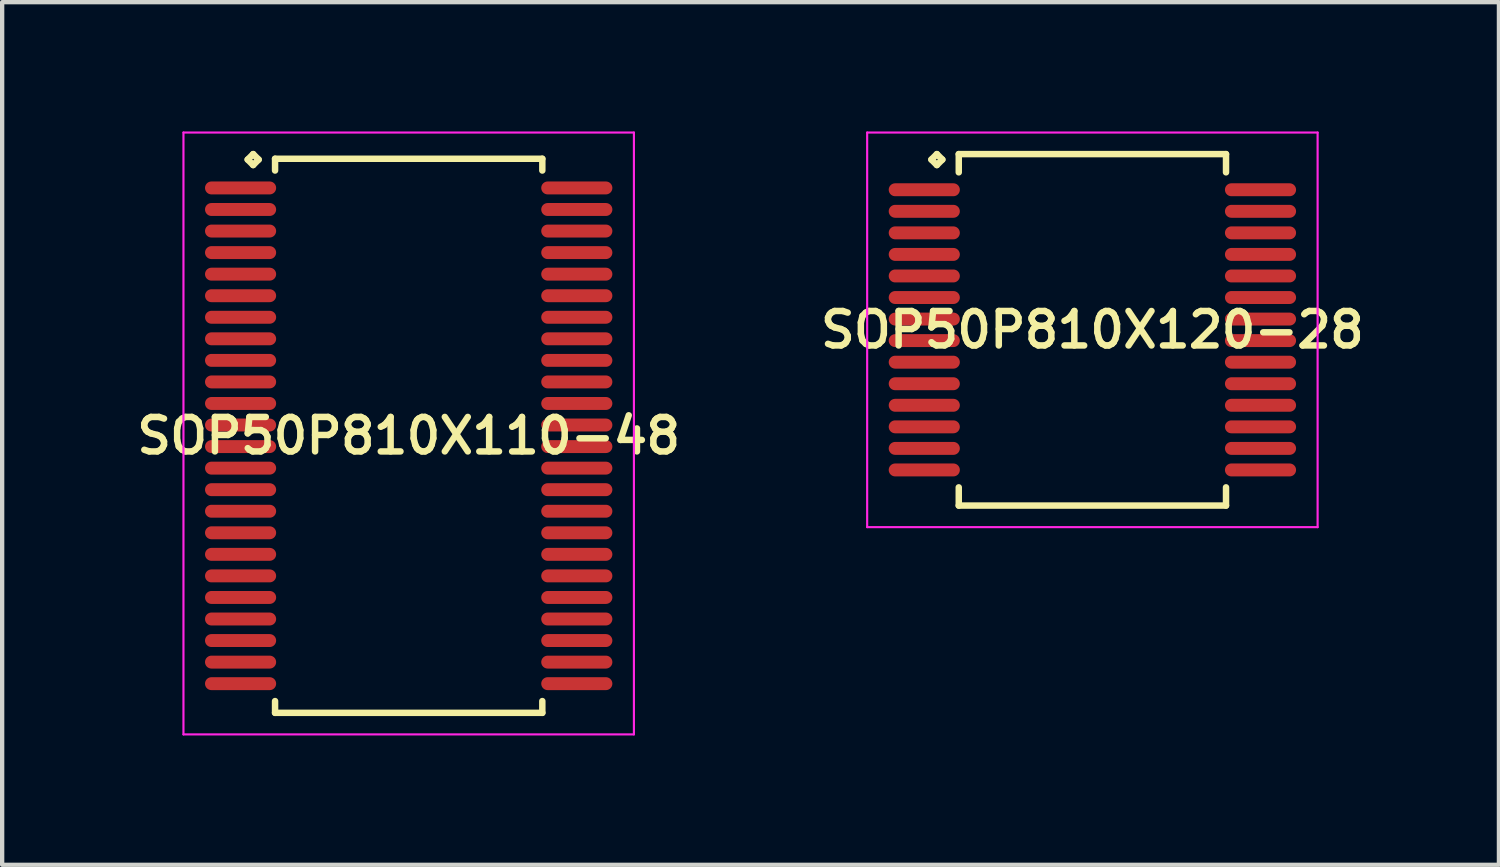
<source format=kicad_pcb>
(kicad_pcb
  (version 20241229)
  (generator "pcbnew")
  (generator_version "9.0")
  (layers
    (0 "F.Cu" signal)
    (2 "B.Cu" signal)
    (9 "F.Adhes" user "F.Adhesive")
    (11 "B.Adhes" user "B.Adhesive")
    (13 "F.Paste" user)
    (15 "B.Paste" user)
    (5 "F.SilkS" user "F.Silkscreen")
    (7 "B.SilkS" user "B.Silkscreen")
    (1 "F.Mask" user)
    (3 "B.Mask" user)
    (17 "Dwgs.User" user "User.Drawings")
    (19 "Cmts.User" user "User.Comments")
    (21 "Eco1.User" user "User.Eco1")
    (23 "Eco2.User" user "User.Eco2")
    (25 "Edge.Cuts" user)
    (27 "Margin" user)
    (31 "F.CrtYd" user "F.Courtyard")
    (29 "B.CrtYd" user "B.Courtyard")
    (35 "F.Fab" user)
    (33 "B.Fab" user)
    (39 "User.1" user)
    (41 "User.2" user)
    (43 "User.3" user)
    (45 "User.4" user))
  (footprint "SOP50P810X110-48"
    (layer "F.Cu")
    (at 6.431 7.06)
    (property "Reference" "SOP50P810X110-48" (at 0 0 0) (layer "F.SilkS") (effects (font (size 0.8 0.8) (thickness 0.15))))
    (attr smd)
    (fp_line (start -3.735 -6.408) (end -3.608 -6.535) (stroke (width 0.15) (type solid)) (layer "F.SilkS"))
    (fp_line (start -3.608 -6.535) (end -3.481 -6.408) (stroke (width 0.15) (type solid)) (layer "F.SilkS"))
    (fp_line (start -3.608 -6.281) (end -3.735 -6.408) (stroke (width 0.15) (type solid)) (layer "F.SilkS"))
    (fp_line (start -3.481 -6.408) (end -3.608 -6.281) (stroke (width 0.15) (type solid)) (layer "F.SilkS"))
    (fp_line (start -3.1 -6.427) (end 3.1 -6.427) (stroke (width 0.15) (type solid)) (layer "F.SilkS"))
    (fp_line (start -3.1 -6.154) (end -3.1 -6.427) (stroke (width 0.15) (type solid)) (layer "F.SilkS"))
    (fp_line (start -3.1 6.154) (end -3.1 6.427) (stroke (width 0.15) (type solid)) (layer "F.SilkS"))
    (fp_line (start -3.1 6.427) (end 3.1 6.427) (stroke (width 0.15) (type solid)) (layer "F.SilkS"))
    (fp_line (start 3.1 -6.427) (end 3.1 -6.154) (stroke (width 0.15) (type solid)) (layer "F.SilkS"))
    (fp_line (start 3.1 6.427) (end 3.1 6.154) (stroke (width 0.15) (type solid)) (layer "F.SilkS"))
    (fp_line (start -5.225 -7.035) (end 5.225 -7.035) (stroke (width 0.05) (type solid)) (layer "F.CrtYd"))
    (fp_line (start -5.225 6.927) (end -5.225 -7.035) (stroke (width 0.05) (type solid)) (layer "F.CrtYd"))
    (fp_line (start 5.225 -7.035) (end 5.225 6.927) (stroke (width 0.05) (type solid)) (layer "F.CrtYd"))
    (fp_line (start 5.225 6.927) (end -5.225 6.927) (stroke (width 0.05) (type solid)) (layer "F.CrtYd"))
    (pad "1" smd oval (at -3.9 -5.75) (size 1.65 0.3) (layers "F.Cu" "F.Mask" "F.Paste"))
    (pad "2" smd oval (at -3.9 -5.25) (size 1.65 0.3) (layers "F.Cu" "F.Mask" "F.Paste"))
    (pad "3" smd oval (at -3.9 -4.75) (size 1.65 0.3) (layers "F.Cu" "F.Mask" "F.Paste"))
    (pad "4" smd oval (at -3.9 -4.25) (size 1.65 0.3) (layers "F.Cu" "F.Mask" "F.Paste"))
    (pad "5" smd oval (at -3.9 -3.75) (size 1.65 0.3) (layers "F.Cu" "F.Mask" "F.Paste"))
    (pad "6" smd oval (at -3.9 -3.25) (size 1.65 0.3) (layers "F.Cu" "F.Mask" "F.Paste"))
    (pad "7" smd oval (at -3.9 -2.75) (size 1.65 0.3) (layers "F.Cu" "F.Mask" "F.Paste"))
    (pad "8" smd oval (at -3.9 -2.25) (size 1.65 0.3) (layers "F.Cu" "F.Mask" "F.Paste"))
    (pad "9" smd oval (at -3.9 -1.75) (size 1.65 0.3) (layers "F.Cu" "F.Mask" "F.Paste"))
    (pad "10" smd oval (at -3.9 -1.25) (size 1.65 0.3) (layers "F.Cu" "F.Mask" "F.Paste"))
    (pad "11" smd oval (at -3.9 -0.75) (size 1.65 0.3) (layers "F.Cu" "F.Mask" "F.Paste"))
    (pad "12" smd oval (at -3.9 -0.25) (size 1.65 0.3) (layers "F.Cu" "F.Mask" "F.Paste"))
    (pad "13" smd oval (at -3.9 0.25) (size 1.65 0.3) (layers "F.Cu" "F.Mask" "F.Paste"))
    (pad "14" smd oval (at -3.9 0.75) (size 1.65 0.3) (layers "F.Cu" "F.Mask" "F.Paste"))
    (pad "15" smd oval (at -3.9 1.25) (size 1.65 0.3) (layers "F.Cu" "F.Mask" "F.Paste"))
    (pad "16" smd oval (at -3.9 1.75) (size 1.65 0.3) (layers "F.Cu" "F.Mask" "F.Paste"))
    (pad "17" smd oval (at -3.9 2.25) (size 1.65 0.3) (layers "F.Cu" "F.Mask" "F.Paste"))
    (pad "18" smd oval (at -3.9 2.75) (size 1.65 0.3) (layers "F.Cu" "F.Mask" "F.Paste"))
    (pad "19" smd oval (at -3.9 3.25) (size 1.65 0.3) (layers "F.Cu" "F.Mask" "F.Paste"))
    (pad "20" smd oval (at -3.9 3.75) (size 1.65 0.3) (layers "F.Cu" "F.Mask" "F.Paste"))
    (pad "21" smd oval (at -3.9 4.25) (size 1.65 0.3) (layers "F.Cu" "F.Mask" "F.Paste"))
    (pad "22" smd oval (at -3.9 4.75) (size 1.65 0.3) (layers "F.Cu" "F.Mask" "F.Paste"))
    (pad "23" smd oval (at -3.9 5.25) (size 1.65 0.3) (layers "F.Cu" "F.Mask" "F.Paste"))
    (pad "24" smd oval (at -3.9 5.75) (size 1.65 0.3) (layers "F.Cu" "F.Mask" "F.Paste"))
    (pad "25" smd oval (at 3.9 5.75) (size 1.65 0.3) (layers "F.Cu" "F.Mask" "F.Paste"))
    (pad "26" smd oval (at 3.9 5.25) (size 1.65 0.3) (layers "F.Cu" "F.Mask" "F.Paste"))
    (pad "27" smd oval (at 3.9 4.75) (size 1.65 0.3) (layers "F.Cu" "F.Mask" "F.Paste"))
    (pad "28" smd oval (at 3.9 4.25) (size 1.65 0.3) (layers "F.Cu" "F.Mask" "F.Paste"))
    (pad "29" smd oval (at 3.9 3.75) (size 1.65 0.3) (layers "F.Cu" "F.Mask" "F.Paste"))
    (pad "30" smd oval (at 3.9 3.25) (size 1.65 0.3) (layers "F.Cu" "F.Mask" "F.Paste"))
    (pad "31" smd oval (at 3.9 2.75) (size 1.65 0.3) (layers "F.Cu" "F.Mask" "F.Paste"))
    (pad "32" smd oval (at 3.9 2.25) (size 1.65 0.3) (layers "F.Cu" "F.Mask" "F.Paste"))
    (pad "33" smd oval (at 3.9 1.75) (size 1.65 0.3) (layers "F.Cu" "F.Mask" "F.Paste"))
    (pad "34" smd oval (at 3.9 1.25) (size 1.65 0.3) (layers "F.Cu" "F.Mask" "F.Paste"))
    (pad "35" smd oval (at 3.9 0.75) (size 1.65 0.3) (layers "F.Cu" "F.Mask" "F.Paste"))
    (pad "36" smd oval (at 3.9 0.25) (size 1.65 0.3) (layers "F.Cu" "F.Mask" "F.Paste"))
    (pad "37" smd oval (at 3.9 -0.25) (size 1.65 0.3) (layers "F.Cu" "F.Mask" "F.Paste"))
    (pad "38" smd oval (at 3.9 -0.75) (size 1.65 0.3) (layers "F.Cu" "F.Mask" "F.Paste"))
    (pad "39" smd oval (at 3.9 -1.25) (size 1.65 0.3) (layers "F.Cu" "F.Mask" "F.Paste"))
    (pad "40" smd oval (at 3.9 -1.75) (size 1.65 0.3) (layers "F.Cu" "F.Mask" "F.Paste"))
    (pad "41" smd oval (at 3.9 -2.25) (size 1.65 0.3) (layers "F.Cu" "F.Mask" "F.Paste"))
    (pad "42" smd oval (at 3.9 -2.75) (size 1.65 0.3) (layers "F.Cu" "F.Mask" "F.Paste"))
    (pad "43" smd oval (at 3.9 -3.25) (size 1.65 0.3) (layers "F.Cu" "F.Mask" "F.Paste"))
    (pad "44" smd oval (at 3.9 -3.75) (size 1.65 0.3) (layers "F.Cu" "F.Mask" "F.Paste"))
    (pad "45" smd oval (at 3.9 -4.25) (size 1.65 0.3) (layers "F.Cu" "F.Mask" "F.Paste"))
    (pad "46" smd oval (at 3.9 -4.75) (size 1.65 0.3) (layers "F.Cu" "F.Mask" "F.Paste"))
    (pad "47" smd oval (at 3.9 -5.25) (size 1.65 0.3) (layers "F.Cu" "F.Mask" "F.Paste"))
    (pad "48" smd oval (at 3.9 -5.75) (size 1.65 0.3) (layers "F.Cu" "F.Mask" "F.Paste")))
  (footprint "SOP50P810X120-28"
    (layer "F.Cu")
    (at 22.292 4.602)
    (property "Reference" "SOP50P810X120-28" (at 0 0 0) (layer "F.SilkS") (effects (font (size 0.8 0.8) (thickness 0.15))))
    (attr smd)
    (fp_line (start -3.735 -3.95) (end -3.608 -4.077) (stroke (width 0.15) (type solid)) (layer "F.SilkS"))
    (fp_line (start -3.608 -4.077) (end -3.481 -3.95) (stroke (width 0.15) (type solid)) (layer "F.SilkS"))
    (fp_line (start -3.608 -3.823) (end -3.735 -3.95) (stroke (width 0.15) (type solid)) (layer "F.SilkS"))
    (fp_line (start -3.481 -3.95) (end -3.608 -3.823) (stroke (width 0.15) (type solid)) (layer "F.SilkS"))
    (fp_line (start -3.1 -4.077) (end 3.1 -4.077) (stroke (width 0.15) (type solid)) (layer "F.SilkS"))
    (fp_line (start -3.1 -3.654) (end -3.1 -4.077) (stroke (width 0.15) (type solid)) (layer "F.SilkS"))
    (fp_line (start -3.1 3.654) (end -3.1 4.077) (stroke (width 0.15) (type solid)) (layer "F.SilkS"))
    (fp_line (start -3.1 4.077) (end 3.1 4.077) (stroke (width 0.15) (type solid)) (layer "F.SilkS"))
    (fp_line (start 3.1 -4.077) (end 3.1 -3.654) (stroke (width 0.15) (type solid)) (layer "F.SilkS"))
    (fp_line (start 3.1 4.077) (end 3.1 3.654) (stroke (width 0.15) (type solid)) (layer "F.SilkS"))
    (fp_line (start -5.225 -4.577) (end 5.225 -4.577) (stroke (width 0.05) (type solid)) (layer "F.CrtYd"))
    (fp_line (start -5.225 4.577) (end -5.225 -4.577) (stroke (width 0.05) (type solid)) (layer "F.CrtYd"))
    (fp_line (start 5.225 -4.577) (end 5.225 4.577) (stroke (width 0.05) (type solid)) (layer "F.CrtYd"))
    (fp_line (start 5.225 4.577) (end -5.225 4.577) (stroke (width 0.05) (type solid)) (layer "F.CrtYd"))
    (pad "1" smd oval (at -3.9 -3.25) (size 1.65 0.3) (layers "F.Cu" "F.Mask" "F.Paste"))
    (pad "2" smd oval (at -3.9 -2.75) (size 1.65 0.3) (layers "F.Cu" "F.Mask" "F.Paste"))
    (pad "3" smd oval (at -3.9 -2.25) (size 1.65 0.3) (layers "F.Cu" "F.Mask" "F.Paste"))
    (pad "4" smd oval (at -3.9 -1.75) (size 1.65 0.3) (layers "F.Cu" "F.Mask" "F.Paste"))
    (pad "5" smd oval (at -3.9 -1.25) (size 1.65 0.3) (layers "F.Cu" "F.Mask" "F.Paste"))
    (pad "6" smd oval (at -3.9 -0.75) (size 1.65 0.3) (layers "F.Cu" "F.Mask" "F.Paste"))
    (pad "7" smd oval (at -3.9 -0.25) (size 1.65 0.3) (layers "F.Cu" "F.Mask" "F.Paste"))
    (pad "8" smd oval (at -3.9 0.25) (size 1.65 0.3) (layers "F.Cu" "F.Mask" "F.Paste"))
    (pad "9" smd oval (at -3.9 0.75) (size 1.65 0.3) (layers "F.Cu" "F.Mask" "F.Paste"))
    (pad "10" smd oval (at -3.9 1.25) (size 1.65 0.3) (layers "F.Cu" "F.Mask" "F.Paste"))
    (pad "11" smd oval (at -3.9 1.75) (size 1.65 0.3) (layers "F.Cu" "F.Mask" "F.Paste"))
    (pad "12" smd oval (at -3.9 2.25) (size 1.65 0.3) (layers "F.Cu" "F.Mask" "F.Paste"))
    (pad "13" smd oval (at -3.9 2.75) (size 1.65 0.3) (layers "F.Cu" "F.Mask" "F.Paste"))
    (pad "14" smd oval (at -3.9 3.25) (size 1.65 0.3) (layers "F.Cu" "F.Mask" "F.Paste"))
    (pad "15" smd oval (at 3.9 3.25) (size 1.65 0.3) (layers "F.Cu" "F.Mask" "F.Paste"))
    (pad "16" smd oval (at 3.9 2.75) (size 1.65 0.3) (layers "F.Cu" "F.Mask" "F.Paste"))
    (pad "17" smd oval (at 3.9 2.25) (size 1.65 0.3) (layers "F.Cu" "F.Mask" "F.Paste"))
    (pad "18" smd oval (at 3.9 1.75) (size 1.65 0.3) (layers "F.Cu" "F.Mask" "F.Paste"))
    (pad "19" smd oval (at 3.9 1.25) (size 1.65 0.3) (layers "F.Cu" "F.Mask" "F.Paste"))
    (pad "20" smd oval (at 3.9 0.75) (size 1.65 0.3) (layers "F.Cu" "F.Mask" "F.Paste"))
    (pad "21" smd oval (at 3.9 0.25) (size 1.65 0.3) (layers "F.Cu" "F.Mask" "F.Paste"))
    (pad "22" smd oval (at 3.9 -0.25) (size 1.65 0.3) (layers "F.Cu" "F.Mask" "F.Paste"))
    (pad "23" smd oval (at 3.9 -0.75) (size 1.65 0.3) (layers "F.Cu" "F.Mask" "F.Paste"))
    (pad "24" smd oval (at 3.9 -1.25) (size 1.65 0.3) (layers "F.Cu" "F.Mask" "F.Paste"))
    (pad "25" smd oval (at 3.9 -1.75) (size 1.65 0.3) (layers "F.Cu" "F.Mask" "F.Paste"))
    (pad "26" smd oval (at 3.9 -2.25) (size 1.65 0.3) (layers "F.Cu" "F.Mask" "F.Paste"))
    (pad "27" smd oval (at 3.9 -2.75) (size 1.65 0.3) (layers "F.Cu" "F.Mask" "F.Paste"))
    (pad "28" smd oval (at 3.9 -3.25) (size 1.65 0.3) (layers "F.Cu" "F.Mask" "F.Paste")))
  (gr_rect
    (start -3 -3)
    (end 31.723 17.012)
    (stroke (width 0.1) (type default))
    (fill no)
    (layer "Edge.Cuts")))
</source>
